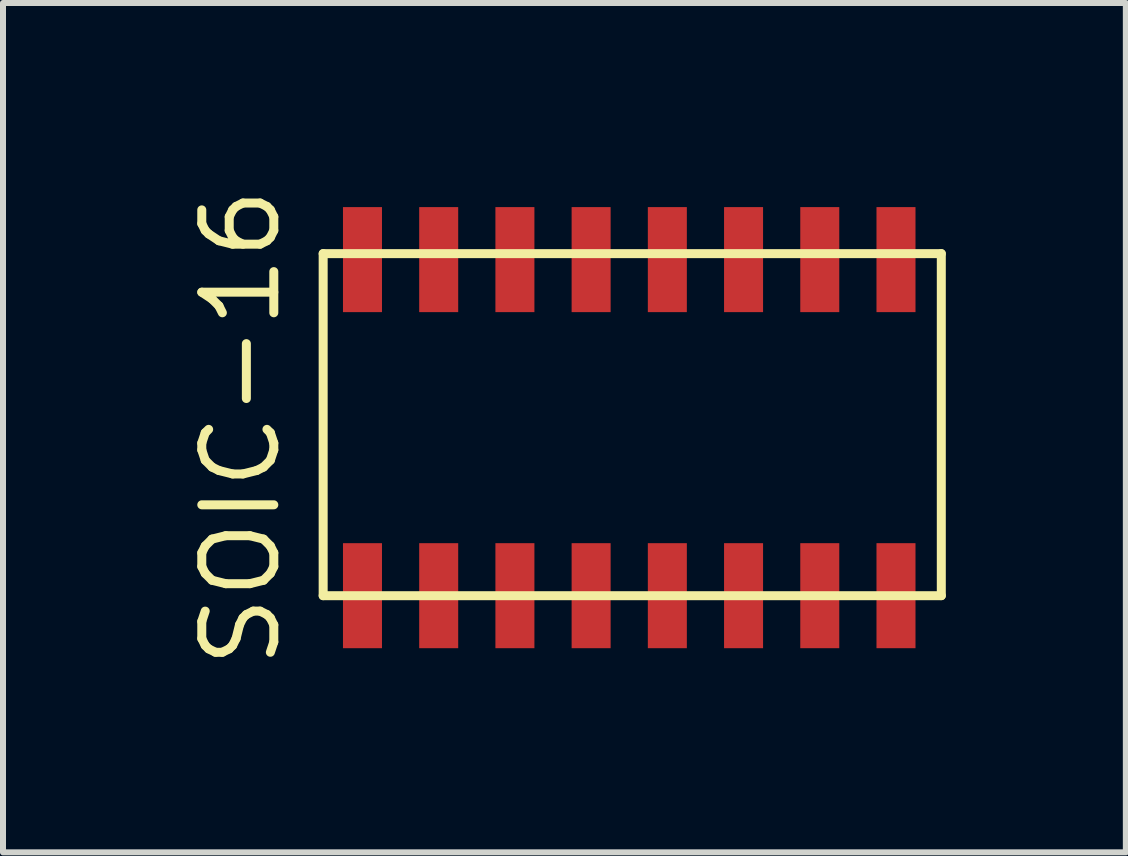
<source format=kicad_pcb>
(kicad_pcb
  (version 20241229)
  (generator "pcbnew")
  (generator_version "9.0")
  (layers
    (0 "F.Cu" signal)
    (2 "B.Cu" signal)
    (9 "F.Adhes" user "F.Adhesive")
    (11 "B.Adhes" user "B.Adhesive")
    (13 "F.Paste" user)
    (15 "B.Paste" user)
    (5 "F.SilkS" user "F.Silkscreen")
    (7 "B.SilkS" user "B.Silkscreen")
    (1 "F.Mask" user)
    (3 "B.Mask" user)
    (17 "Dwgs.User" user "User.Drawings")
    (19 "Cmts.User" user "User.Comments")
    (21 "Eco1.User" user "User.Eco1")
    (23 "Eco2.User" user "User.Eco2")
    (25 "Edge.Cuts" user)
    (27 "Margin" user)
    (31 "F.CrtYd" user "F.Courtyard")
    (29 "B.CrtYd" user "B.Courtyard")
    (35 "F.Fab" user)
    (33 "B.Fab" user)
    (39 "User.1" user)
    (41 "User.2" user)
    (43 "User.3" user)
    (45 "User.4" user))
  (footprint "SOIC-16"
    (layer "F.Cu")
    (at 7.435 4.076)
    (property "Reference" "SOIC-16" (at -6.47 0 90) (layer "F.SilkS") (effects (font (size 1.2 1.2) (thickness 0.15))))
    (attr through_hole)
    (fp_line (start -5.1 -2.9) (end 5.2 -2.9) (stroke (width 0.15) (type solid)) (layer "F.SilkS"))
    (fp_line (start -5.1 2.8) (end -5.1 -2.9) (stroke (width 0.15) (type solid)) (layer "F.SilkS"))
    (fp_line (start 5.2 -2.9) (end 5.2 2.8) (stroke (width 0.15) (type solid)) (layer "F.SilkS"))
    (fp_line (start 5.2 2.8) (end -5.1 2.8) (stroke (width 0.15) (type solid)) (layer "F.SilkS"))
    (pad "1" smd rect (at -4.445 2.8) (size 0.65 1.75) (layers "F.Cu" "F.Mask" "F.Paste"))
    (pad "2" smd rect (at -3.175 2.8) (size 0.65 1.75) (layers "F.Cu" "F.Mask" "F.Paste"))
    (pad "3" smd rect (at -1.905 2.8) (size 0.65 1.75) (layers "F.Cu" "F.Mask" "F.Paste"))
    (pad "4" smd rect (at -0.635 2.8) (size 0.65 1.75) (layers "F.Cu" "F.Mask" "F.Paste"))
    (pad "5" smd rect (at 0.635 2.8) (size 0.65 1.75) (layers "F.Cu" "F.Mask" "F.Paste"))
    (pad "6" smd rect (at 1.905 2.8) (size 0.65 1.75) (layers "F.Cu" "F.Mask" "F.Paste"))
    (pad "7" smd rect (at 3.175 2.8) (size 0.65 1.75) (layers "F.Cu" "F.Mask" "F.Paste"))
    (pad "8" smd rect (at 4.445 2.8) (size 0.65 1.75) (layers "F.Cu" "F.Mask" "F.Paste"))
    (pad "9" smd rect (at 4.445 -2.8) (size 0.65 1.75) (layers "F.Cu" "F.Mask" "F.Paste"))
    (pad "10" smd rect (at 3.175 -2.8) (size 0.65 1.75) (layers "F.Cu" "F.Mask" "F.Paste"))
    (pad "11" smd rect (at 1.905 -2.8) (size 0.65 1.75) (layers "F.Cu" "F.Mask" "F.Paste"))
    (pad "12" smd rect (at 0.635 -2.8) (size 0.65 1.75) (layers "F.Cu" "F.Mask" "F.Paste"))
    (pad "13" smd rect (at -0.635 -2.8) (size 0.65 1.75) (layers "F.Cu" "F.Mask" "F.Paste"))
    (pad "14" smd rect (at -1.905 -2.8) (size 0.65 1.75) (layers "F.Cu" "F.Mask" "F.Paste"))
    (pad "15" smd rect (at -3.175 -2.8) (size 0.65 1.75) (layers "F.Cu" "F.Mask" "F.Paste"))
    (pad "16" smd rect (at -4.445 -2.8) (size 0.65 1.75) (layers "F.Cu" "F.Mask" "F.Paste")))
  (gr_rect
    (start -3 -3)
    (end 15.71 11.153)
    (stroke (width 0.1) (type default))
    (fill no)
    (layer "Edge.Cuts")))
</source>
